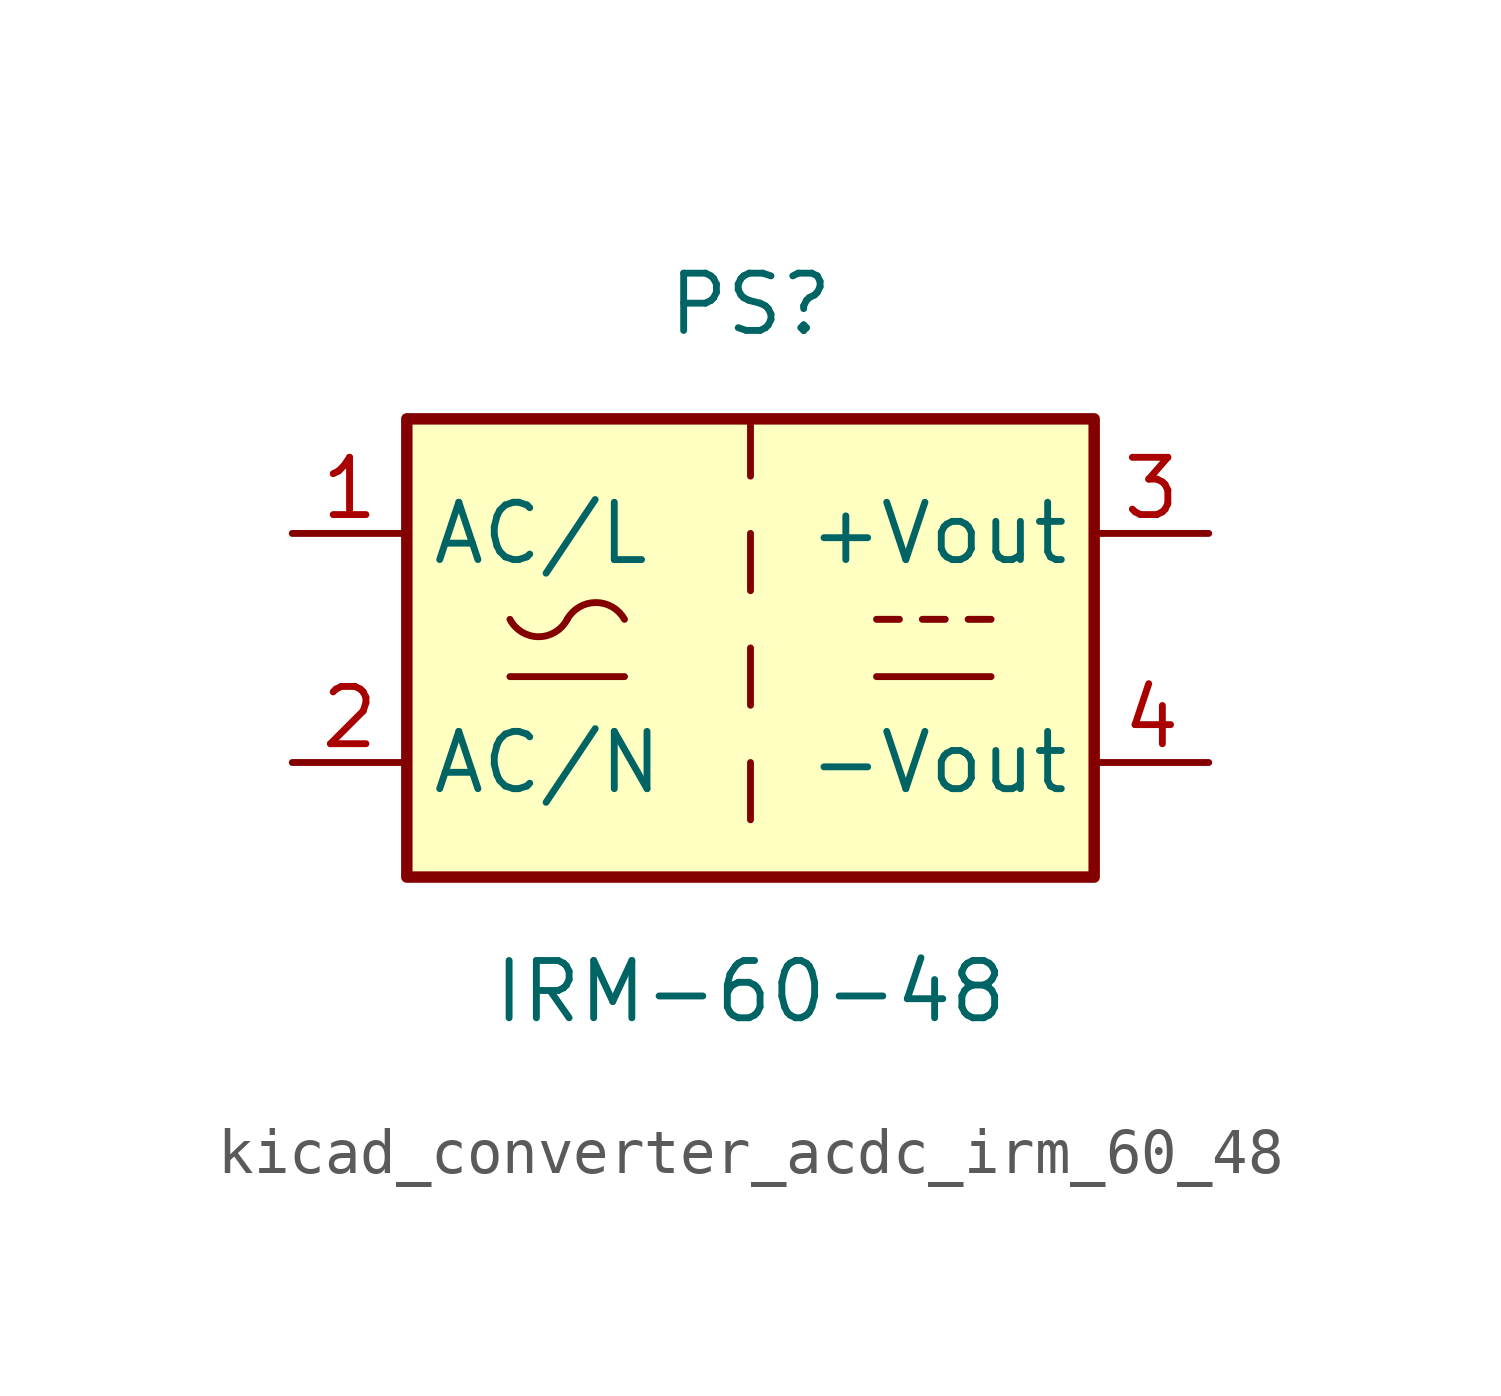
<source format=kicad_sym>
(kicad_symbol_lib
  (version 20220914)
  (generator kicad_symbol_editor)
  (symbol "kicad_converter_acdc_irm_60_48"
    (property "Reference" "PS"
      (at 0 7.62 0)
      (effects (font (size 1.27 1.27))))
    (property "Value" "IRM-60-48"
      (at 0 -7.62 0)
      (effects (font (size 1.27 1.27))))
    (symbol "kicad_converter_acdc_irm_60_48_1_1"
      (rectangle (start -7.62 5.08) (end 7.62 -5.08) (stroke (width 0.254) (type default)) (fill (type background)))
      (arc (start -5.334 0.635) (mid -4.699 0.2495) (end -4.064 0.635) (stroke (width 0) (type default)) (fill (type none)))
      (arc (start -2.794 0.635) (mid -3.429 1.0072) (end -4.064 0.635) (stroke (width 0) (type default)) (fill (type none)))
      (polyline (pts (xy -5.334 -0.635) (xy -2.794 -0.635)) (stroke (width 0) (type default)) (fill (type none)))
      (polyline (pts (xy 0 -2.54) (xy 0 -3.81)) (stroke (width 0) (type default)) (fill (type none)))
      (polyline (pts (xy 0 0) (xy 0 -1.27)) (stroke (width 0) (type default)) (fill (type none)))
      (polyline (pts (xy 0 2.54) (xy 0 1.27)) (stroke (width 0) (type default)) (fill (type none)))
      (polyline (pts (xy 0 5.08) (xy 0 3.81)) (stroke (width 0) (type default)) (fill (type none)))
      (polyline (pts (xy 2.794 -0.635) (xy 5.334 -0.635)) (stroke (width 0) (type default)) (fill (type none)))
      (polyline (pts (xy 2.794 0.635) (xy 3.302 0.635)) (stroke (width 0) (type default)) (fill (type none)))
      (polyline (pts (xy 3.81 0.635) (xy 4.318 0.635)) (stroke (width 0) (type default)) (fill (type none)))
      (polyline (pts (xy 4.826 0.635) (xy 5.334 0.635)) (stroke (width 0) (type default)) (fill (type none)))
      (pin power_in line (at -10.16 2.54 0) (length 2.54) (name "AC/L" (effects (font (size 1.27 1.27)))) (number "1" (effects (font (size 1.27 1.27)))))
      (pin power_in line (at -10.16 -2.54 0) (length 2.54) (name "AC/N" (effects (font (size 1.27 1.27)))) (number "2" (effects (font (size 1.27 1.27)))))
      (pin power_out line (at 10.16 2.54 180) (length 2.54) (name "+Vout" (effects (font (size 1.27 1.27)))) (number "3" (effects (font (size 1.27 1.27)))))
      (pin power_out line (at 10.16 -2.54 180) (length 2.54) (name "-Vout" (effects (font (size 1.27 1.27)))) (number "4" (effects (font (size 1.27 1.27))))))))
</source>
